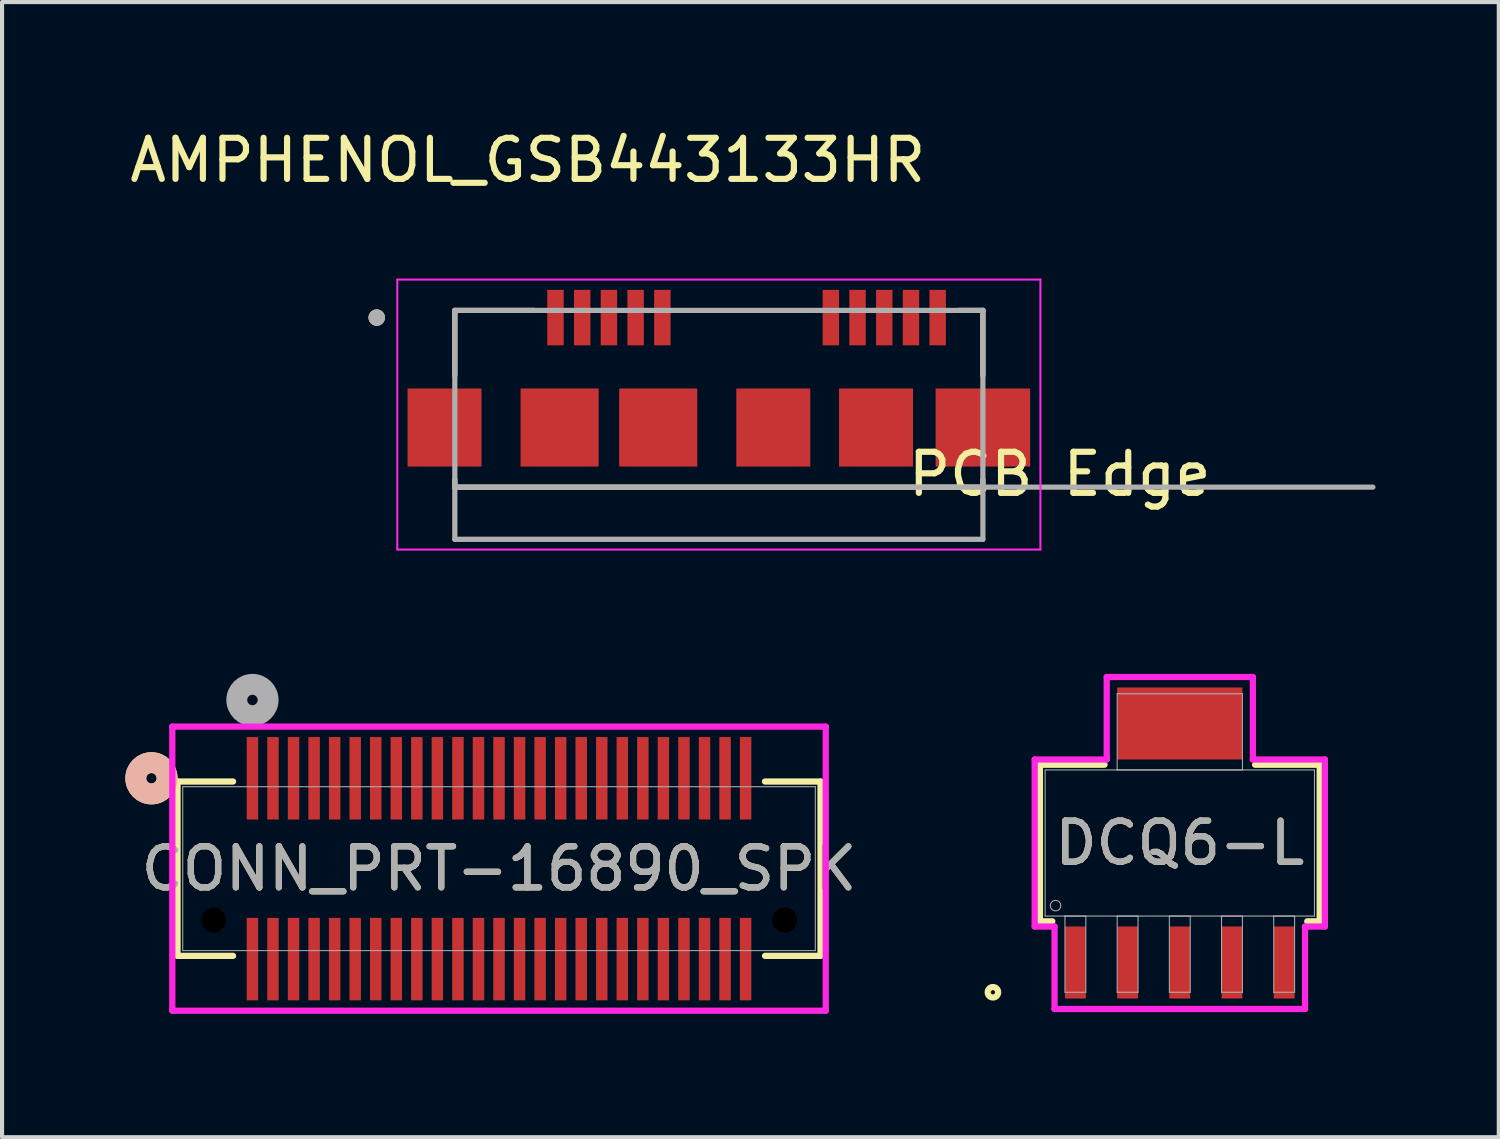
<source format=kicad_pcb>
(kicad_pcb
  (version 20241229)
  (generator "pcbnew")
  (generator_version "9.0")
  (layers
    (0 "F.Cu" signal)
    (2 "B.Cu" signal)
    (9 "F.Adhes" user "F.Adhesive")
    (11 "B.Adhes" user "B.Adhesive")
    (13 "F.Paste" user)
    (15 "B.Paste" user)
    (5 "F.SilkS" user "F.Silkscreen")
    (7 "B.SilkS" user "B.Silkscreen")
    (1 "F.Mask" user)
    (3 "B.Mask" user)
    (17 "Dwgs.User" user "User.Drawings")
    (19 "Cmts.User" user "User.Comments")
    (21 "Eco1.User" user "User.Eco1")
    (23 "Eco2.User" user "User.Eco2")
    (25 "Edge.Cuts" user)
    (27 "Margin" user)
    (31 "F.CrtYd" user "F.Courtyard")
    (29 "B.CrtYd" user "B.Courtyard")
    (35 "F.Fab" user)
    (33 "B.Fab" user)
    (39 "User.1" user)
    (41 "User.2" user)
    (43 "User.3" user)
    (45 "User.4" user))
  (footprint "DCQ6-L"
    (layer "F.Cu")
    (at 25.658 17.463)
    (property "Reference" "DCQ6-L" (at 0 0 0) (unlocked yes) (layer "F.SilkS") (effects (font (size 1 1) (thickness 0.15))))
    (attr smd)
    (fp_poly (pts (xy 1.524 -3.785) (xy -1.524 -3.785) (xy -1.524 -2.032) (xy 1.524 -2.032)) (stroke (width 0) (type solid)) (fill yes) (layer "F.Cu"))
    (fp_poly (pts (xy 1.524 -3.937) (xy -1.524 -3.937) (xy -1.524 -1.778) (xy 1.524 -1.778)) (stroke (width 0) (type solid)) (fill yes) (layer "F.Mask"))
    (fp_line (start -3.404 -1.905) (end -3.404 1.905) (stroke (width 0.152) (type solid)) (layer "F.SilkS"))
    (fp_line (start -3.404 1.905) (end -3.102 1.905) (stroke (width 0.152) (type solid)) (layer "F.SilkS"))
    (fp_line (start -1.832 -1.905) (end -3.404 -1.905) (stroke (width 0.152) (type solid)) (layer "F.SilkS"))
    (fp_line (start 3.102 1.905) (end 3.404 1.905) (stroke (width 0.152) (type solid)) (layer "F.SilkS"))
    (fp_line (start 3.404 -1.905) (end 1.832 -1.905) (stroke (width 0.152) (type solid)) (layer "F.SilkS"))
    (fp_line (start 3.404 1.905) (end 3.404 -1.905) (stroke (width 0.152) (type solid)) (layer "F.SilkS"))
    (fp_circle (center -4.547 3.632) (end -4.42 3.632) (stroke (width 0.152) (type solid)) (fill no) (layer "F.SilkS"))
    (fp_poly (pts (xy 1.524 -3.785) (xy -1.524 -3.785) (xy -1.524 -2.032) (xy 1.524 -2.032)) (stroke (width 0) (type solid)) (fill yes) (layer "F.Paste"))
    (fp_line (start -3.531 -2.032) (end -1.778 -2.032) (stroke (width 0.152) (type solid)) (layer "F.CrtYd"))
    (fp_line (start -3.531 2.032) (end -3.531 -2.032) (stroke (width 0.152) (type solid)) (layer "F.CrtYd"))
    (fp_line (start -3.048 2.032) (end -3.531 2.032) (stroke (width 0.152) (type solid)) (layer "F.CrtYd"))
    (fp_line (start -3.048 4.039) (end -3.048 2.032) (stroke (width 0.152) (type solid)) (layer "F.CrtYd"))
    (fp_line (start -1.778 -4.039) (end 1.778 -4.039) (stroke (width 0.152) (type solid)) (layer "F.CrtYd"))
    (fp_line (start -1.778 -2.032) (end -1.778 -4.039) (stroke (width 0.152) (type solid)) (layer "F.CrtYd"))
    (fp_line (start 1.778 -4.039) (end 1.778 -2.032) (stroke (width 0.152) (type solid)) (layer "F.CrtYd"))
    (fp_line (start 1.778 -2.032) (end 3.531 -2.032) (stroke (width 0.152) (type solid)) (layer "F.CrtYd"))
    (fp_line (start 3.048 2.032) (end 3.048 4.039) (stroke (width 0.152) (type solid)) (layer "F.CrtYd"))
    (fp_line (start 3.048 4.039) (end -3.048 4.039) (stroke (width 0.152) (type solid)) (layer "F.CrtYd"))
    (fp_line (start 3.531 -2.032) (end 3.531 2.032) (stroke (width 0.152) (type solid)) (layer "F.CrtYd"))
    (fp_line (start 3.531 2.032) (end 3.048 2.032) (stroke (width 0.152) (type solid)) (layer "F.CrtYd"))
    (fp_line (start -3.277 -1.778) (end -3.277 1.778) (stroke (width 0.025) (type solid)) (layer "F.Fab"))
    (fp_line (start -3.277 1.778) (end 3.277 1.778) (stroke (width 0.025) (type solid)) (layer "F.Fab"))
    (fp_line (start -2.794 1.778) (end -2.794 3.632) (stroke (width 0.025) (type solid)) (layer "F.Fab"))
    (fp_line (start -2.794 3.632) (end -2.286 3.632) (stroke (width 0.025) (type solid)) (layer "F.Fab"))
    (fp_line (start -2.286 1.778) (end -2.794 1.778) (stroke (width 0.025) (type solid)) (layer "F.Fab"))
    (fp_line (start -2.286 3.632) (end -2.286 1.778) (stroke (width 0.025) (type solid)) (layer "F.Fab"))
    (fp_line (start -1.524 -3.632) (end -1.524 -1.778) (stroke (width 0.025) (type solid)) (layer "F.Fab"))
    (fp_line (start -1.524 -1.778) (end 1.524 -1.778) (stroke (width 0.025) (type solid)) (layer "F.Fab"))
    (fp_line (start -1.524 1.778) (end -1.524 3.632) (stroke (width 0.025) (type solid)) (layer "F.Fab"))
    (fp_line (start -1.524 3.632) (end -1.016 3.632) (stroke (width 0.025) (type solid)) (layer "F.Fab"))
    (fp_line (start -1.016 1.778) (end -1.524 1.778) (stroke (width 0.025) (type solid)) (layer "F.Fab"))
    (fp_line (start -1.016 3.632) (end -1.016 1.778) (stroke (width 0.025) (type solid)) (layer "F.Fab"))
    (fp_line (start -0.254 1.778) (end -0.254 3.632) (stroke (width 0.025) (type solid)) (layer "F.Fab"))
    (fp_line (start -0.254 3.632) (end 0.254 3.632) (stroke (width 0.025) (type solid)) (layer "F.Fab"))
    (fp_line (start 0.254 1.778) (end -0.254 1.778) (stroke (width 0.025) (type solid)) (layer "F.Fab"))
    (fp_line (start 0.254 3.632) (end 0.254 1.778) (stroke (width 0.025) (type solid)) (layer "F.Fab"))
    (fp_line (start 1.016 1.778) (end 1.016 3.632) (stroke (width 0.025) (type solid)) (layer "F.Fab"))
    (fp_line (start 1.016 3.632) (end 1.524 3.632) (stroke (width 0.025) (type solid)) (layer "F.Fab"))
    (fp_line (start 1.524 -3.632) (end -1.524 -3.632) (stroke (width 0.025) (type solid)) (layer "F.Fab"))
    (fp_line (start 1.524 -1.778) (end 1.524 -3.632) (stroke (width 0.025) (type solid)) (layer "F.Fab"))
    (fp_line (start 1.524 1.778) (end 1.016 1.778) (stroke (width 0.025) (type solid)) (layer "F.Fab"))
    (fp_line (start 1.524 3.632) (end 1.524 1.778) (stroke (width 0.025) (type solid)) (layer "F.Fab"))
    (fp_line (start 2.286 1.778) (end 2.286 3.632) (stroke (width 0.025) (type solid)) (layer "F.Fab"))
    (fp_line (start 2.286 3.632) (end 2.794 3.632) (stroke (width 0.025) (type solid)) (layer "F.Fab"))
    (fp_line (start 2.794 1.778) (end 2.286 1.778) (stroke (width 0.025) (type solid)) (layer "F.Fab"))
    (fp_line (start 2.794 3.632) (end 2.794 1.778) (stroke (width 0.025) (type solid)) (layer "F.Fab"))
    (fp_line (start 3.277 -1.778) (end -3.277 -1.778) (stroke (width 0.025) (type solid)) (layer "F.Fab"))
    (fp_line (start 3.277 1.778) (end 3.277 -1.778) (stroke (width 0.025) (type solid)) (layer "F.Fab"))
    (fp_circle (center -3.023 1.524) (end -2.896 1.524) (stroke (width 0.025) (type solid)) (fill no) (layer "F.Fab"))
    (fp_text user "${REFERENCE}" (at 0 0 0) (unlocked yes) (layer "F.Fab") (effects (font (size 1 1) (thickness 0.15))))
    (pad "1" smd rect (at -2.54 2.908) (size 0.508 1.753) (layers "F.Cu" "F.Mask" "F.Paste"))
    (pad "2" smd rect (at -1.27 2.908) (size 0.508 1.753) (layers "F.Cu" "F.Mask" "F.Paste"))
    (pad "3" smd rect (at 0 2.908) (size 0.508 1.753) (layers "F.Cu" "F.Mask" "F.Paste"))
    (pad "4" smd rect (at 1.27 2.908) (size 0.508 1.753) (layers "F.Cu" "F.Mask" "F.Paste"))
    (pad "5" smd rect (at 2.54 2.908) (size 0.508 1.753) (layers "F.Cu" "F.Mask" "F.Paste")))
  (footprint "AMPHENOL_GSB443133HR"
    (layer "F.Cu")
    (at 15.117 4.678)
    (property "Reference" "AMPHENOL_GSB443133HR" (at -5.325 -3.83 0) (layer "F.SilkS") (effects (font (size 1 1) (thickness 0.15))))
    (attr smd)
    (fp_line (start -7.1 -0.175) (end -5.17 -0.175) (stroke (width 0.127) (type solid)) (layer "F.SilkS"))
    (fp_line (start -7.1 1.405) (end -7.1 -0.175) (stroke (width 0.127) (type solid)) (layer "F.SilkS"))
    (fp_line (start -7.1 4.125) (end -7.1 3.945) (stroke (width 0.127) (type solid)) (layer "F.SilkS"))
    (fp_line (start -7.1 4.125) (end 5.75 4.125) (stroke (width 0.127) (type solid)) (layer "F.SilkS"))
    (fp_line (start 5.17 -0.175) (end 5.75 -0.175) (stroke (width 0.127) (type solid)) (layer "F.SilkS"))
    (fp_line (start 5.75 -0.175) (end 5.75 1.405) (stroke (width 0.127) (type solid)) (layer "F.SilkS"))
    (fp_line (start 5.75 4.125) (end 5.75 3.945) (stroke (width 0.127) (type solid)) (layer "F.SilkS"))
    (fp_circle (center -9 0) (end -8.9 0) (stroke (width 0.2) (type solid)) (fill no) (layer "F.SilkS"))
    (fp_line (start -8.5 -0.925) (end -8.5 5.645) (stroke (width 0.05) (type solid)) (layer "F.CrtYd"))
    (fp_line (start -8.5 5.645) (end 7.15 5.645) (stroke (width 0.05) (type solid)) (layer "F.CrtYd"))
    (fp_line (start 7.15 -0.925) (end -8.5 -0.925) (stroke (width 0.05) (type solid)) (layer "F.CrtYd"))
    (fp_line (start 7.15 5.645) (end 7.15 -0.925) (stroke (width 0.05) (type solid)) (layer "F.CrtYd"))
    (fp_line (start -7.1 -0.175) (end 5.75 -0.175) (stroke (width 0.127) (type solid)) (layer "F.Fab"))
    (fp_line (start -7.1 4.125) (end -7.1 -0.175) (stroke (width 0.127) (type solid)) (layer "F.Fab"))
    (fp_line (start -7.1 4.125) (end 15.24 4.125) (stroke (width 0.127) (type solid)) (layer "F.Fab"))
    (fp_line (start -7.1 5.395) (end -7.1 4.125) (stroke (width 0.127) (type solid)) (layer "F.Fab"))
    (fp_line (start 5.75 -0.175) (end 5.75 5.395) (stroke (width 0.127) (type solid)) (layer "F.Fab"))
    (fp_line (start 5.75 5.395) (end -7.1 5.395) (stroke (width 0.127) (type solid)) (layer "F.Fab"))
    (fp_circle (center -9 0) (end -8.9 0) (stroke (width 0.2) (type solid)) (fill no) (layer "F.Fab"))
    (fp_text user "PCB Edge" (at 7.62 3.81 0) (layer "F.SilkS") (effects (font (size 1 1) (thickness 0.15))))
    (pad "1" smd rect (at -4.65 0) (size 0.4 1.35) (layers "F.Cu" "F.Mask" "F.Paste"))
    (pad "2" smd rect (at -4 0) (size 0.4 1.35) (layers "F.Cu" "F.Mask" "F.Paste"))
    (pad "3" smd rect (at -3.35 0) (size 0.4 1.35) (layers "F.Cu" "F.Mask" "F.Paste"))
    (pad "4" smd rect (at -2.7 0) (size 0.4 1.35) (layers "F.Cu" "F.Mask" "F.Paste"))
    (pad "5" smd rect (at -2.05 0) (size 0.4 1.35) (layers "F.Cu" "F.Mask" "F.Paste"))
    (pad "6" smd rect (at 2.05 0) (size 0.4 1.35) (layers "F.Cu" "F.Mask" "F.Paste"))
    (pad "7" smd rect (at 2.7 0) (size 0.4 1.35) (layers "F.Cu" "F.Mask" "F.Paste"))
    (pad "8" smd rect (at 3.35 0) (size 0.4 1.35) (layers "F.Cu" "F.Mask" "F.Paste"))
    (pad "9" smd rect (at 4 0) (size 0.4 1.35) (layers "F.Cu" "F.Mask" "F.Paste"))
    (pad "10" smd rect (at 4.65 0) (size 0.4 1.35) (layers "F.Cu" "F.Mask" "F.Paste"))
    (pad "S1" smd rect (at -7.35 2.675) (size 1.8 1.9) (layers "F.Cu" "F.Mask" "F.Paste"))
    (pad "S2" smd rect (at -4.55 2.675) (size 1.9 1.9) (layers "F.Cu" "F.Mask" "F.Paste"))
    (pad "S3" smd rect (at -2.15 2.675) (size 1.9 1.9) (layers "F.Cu" "F.Mask" "F.Paste"))
    (pad "S4" smd rect (at 0.65 2.675) (size 1.8 1.9) (layers "F.Cu" "F.Mask" "F.Paste"))
    (pad "S5" smd rect (at 3.15 2.675) (size 1.8 1.9) (layers "F.Cu" "F.Mask" "F.Paste"))
    (pad "S6" smd rect (at 5.75 2.675) (size 2.3 1.9) (layers "F.Cu" "F.Mask" "F.Paste")))
  (footprint "CONN_PRT-16890_SPK"
    (layer "F.Cu")
    (at 9.093 18.088)
    (property "Reference" "CONN_PRT-16890_SPK" (at 0 0 0) (unlocked yes) (layer "F.SilkS") (effects (font (size 1 1) (thickness 0.15))))
    (attr smd)
    (fp_line (start -7.823 -2.121) (end -7.823 2.121) (stroke (width 0.152) (type solid)) (layer "F.SilkS"))
    (fp_line (start -7.823 2.121) (end -6.472 2.121) (stroke (width 0.152) (type solid)) (layer "F.SilkS"))
    (fp_line (start -6.472 -2.121) (end -7.823 -2.121) (stroke (width 0.152) (type solid)) (layer "F.SilkS"))
    (fp_line (start 6.472 2.121) (end 7.823 2.121) (stroke (width 0.152) (type solid)) (layer "F.SilkS"))
    (fp_line (start 7.823 -2.121) (end 6.472 -2.121) (stroke (width 0.152) (type solid)) (layer "F.SilkS"))
    (fp_line (start 7.823 2.121) (end 7.823 -2.121) (stroke (width 0.152) (type solid)) (layer "F.SilkS"))
    (fp_circle (center -8.458 -2.2) (end -8.077 -2.2) (stroke (width 0.508) (type solid)) (fill no) (layer "F.SilkS"))
    (fp_circle (center -8.458 -2.2) (end -8.077 -2.2) (stroke (width 0.508) (type solid)) (fill no) (layer "B.SilkS"))
    (fp_line (start -7.95 -3.457) (end -7.95 3.457) (stroke (width 0.152) (type solid)) (layer "F.CrtYd"))
    (fp_line (start -7.95 3.457) (end 7.95 3.457) (stroke (width 0.152) (type solid)) (layer "F.CrtYd"))
    (fp_line (start 7.95 -3.457) (end -7.95 -3.457) (stroke (width 0.152) (type solid)) (layer "F.CrtYd"))
    (fp_line (start 7.95 3.457) (end 7.95 -3.457) (stroke (width 0.152) (type solid)) (layer "F.CrtYd"))
    (fp_line (start -7.696 -1.994) (end -7.696 1.994) (stroke (width 0.025) (type solid)) (layer "F.Fab"))
    (fp_line (start -7.696 1.994) (end 7.696 1.994) (stroke (width 0.025) (type solid)) (layer "F.Fab"))
    (fp_line (start 7.696 -1.994) (end -7.696 -1.994) (stroke (width 0.025) (type solid)) (layer "F.Fab"))
    (fp_line (start 7.696 1.994) (end 7.696 -1.994) (stroke (width 0.025) (type solid)) (layer "F.Fab"))
    (fp_circle (center -6 -4.105) (end -5.619 -4.105) (stroke (width 0.508) (type solid)) (fill no) (layer "F.Fab"))
    (fp_text user "${REFERENCE}" (at 0 0 0) (unlocked yes) (layer "F.Fab") (effects (font (size 1 1) (thickness 0.15))))
    (pad "" np_thru_hole circle (at -6.95 1.25) (size 0.61 0.61) (drill 0.61) (layers))
    (pad "" np_thru_hole circle (at 6.95 1.25) (size 0.61 0.61) (drill 0.61) (layers))
    (pad "1" smd rect (at -6 -2.2) (size 0.279 2.007) (layers "F.Cu" "F.Mask" "F.Paste"))
    (pad "2" smd rect (at -6 2.2) (size 0.279 2.007) (layers "F.Cu" "F.Mask" "F.Paste"))
    (pad "3" smd rect (at -5.5 -2.2) (size 0.279 2.007) (layers "F.Cu" "F.Mask" "F.Paste"))
    (pad "4" smd rect (at -5.5 2.2) (size 0.279 2.007) (layers "F.Cu" "F.Mask" "F.Paste"))
    (pad "5" smd rect (at -5 -2.2) (size 0.279 2.007) (layers "F.Cu" "F.Mask" "F.Paste"))
    (pad "6" smd rect (at -5 2.2) (size 0.279 2.007) (layers "F.Cu" "F.Mask" "F.Paste"))
    (pad "7" smd rect (at -4.5 -2.2) (size 0.279 2.007) (layers "F.Cu" "F.Mask" "F.Paste"))
    (pad "8" smd rect (at -4.5 2.2) (size 0.279 2.007) (layers "F.Cu" "F.Mask" "F.Paste"))
    (pad "9" smd rect (at -4 -2.2) (size 0.279 2.007) (layers "F.Cu" "F.Mask" "F.Paste"))
    (pad "10" smd rect (at -4 2.2) (size 0.279 2.007) (layers "F.Cu" "F.Mask" "F.Paste"))
    (pad "11" smd rect (at -3.5 -2.2) (size 0.279 2.007) (layers "F.Cu" "F.Mask" "F.Paste"))
    (pad "12" smd rect (at -3.5 2.2) (size 0.279 2.007) (layers "F.Cu" "F.Mask" "F.Paste"))
    (pad "13" smd rect (at -3 -2.2) (size 0.279 2.007) (layers "F.Cu" "F.Mask" "F.Paste"))
    (pad "14" smd rect (at -3 2.2) (size 0.279 2.007) (layers "F.Cu" "F.Mask" "F.Paste"))
    (pad "15" smd rect (at -2.5 -2.2) (size 0.279 2.007) (layers "F.Cu" "F.Mask" "F.Paste"))
    (pad "16" smd rect (at -2.5 2.2) (size 0.279 2.007) (layers "F.Cu" "F.Mask" "F.Paste"))
    (pad "17" smd rect (at -2 -2.2) (size 0.279 2.007) (layers "F.Cu" "F.Mask" "F.Paste"))
    (pad "18" smd rect (at -2 2.2) (size 0.279 2.007) (layers "F.Cu" "F.Mask" "F.Paste"))
    (pad "19" smd rect (at -1.5 -2.2) (size 0.279 2.007) (layers "F.Cu" "F.Mask" "F.Paste"))
    (pad "20" smd rect (at -1.5 2.2) (size 0.279 2.007) (layers "F.Cu" "F.Mask" "F.Paste"))
    (pad "21" smd rect (at -1 -2.2) (size 0.279 2.007) (layers "F.Cu" "F.Mask" "F.Paste"))
    (pad "22" smd rect (at -1 2.2) (size 0.279 2.007) (layers "F.Cu" "F.Mask" "F.Paste"))
    (pad "23" smd rect (at -0.5 -2.2) (size 0.279 2.007) (layers "F.Cu" "F.Mask" "F.Paste"))
    (pad "24" smd rect (at -0.5 2.2) (size 0.279 2.007) (layers "F.Cu" "F.Mask" "F.Paste"))
    (pad "25" smd rect (at 0 -2.2) (size 0.279 2.007) (layers "F.Cu" "F.Mask" "F.Paste"))
    (pad "26" smd rect (at 0 2.2) (size 0.279 2.007) (layers "F.Cu" "F.Mask" "F.Paste"))
    (pad "27" smd rect (at 0.5 -2.2) (size 0.279 2.007) (layers "F.Cu" "F.Mask" "F.Paste"))
    (pad "28" smd rect (at 0.5 2.2) (size 0.279 2.007) (layers "F.Cu" "F.Mask" "F.Paste"))
    (pad "29" smd rect (at 1 -2.2) (size 0.279 2.007) (layers "F.Cu" "F.Mask" "F.Paste"))
    (pad "30" smd rect (at 1 2.2) (size 0.279 2.007) (layers "F.Cu" "F.Mask" "F.Paste"))
    (pad "31" smd rect (at 1.5 -2.2) (size 0.279 2.007) (layers "F.Cu" "F.Mask" "F.Paste"))
    (pad "32" smd rect (at 1.5 2.2) (size 0.279 2.007) (layers "F.Cu" "F.Mask" "F.Paste"))
    (pad "33" smd rect (at 2 -2.2) (size 0.279 2.007) (layers "F.Cu" "F.Mask" "F.Paste"))
    (pad "34" smd rect (at 2 2.2) (size 0.279 2.007) (layers "F.Cu" "F.Mask" "F.Paste"))
    (pad "35" smd rect (at 2.5 -2.2) (size 0.279 2.007) (layers "F.Cu" "F.Mask" "F.Paste"))
    (pad "36" smd rect (at 2.5 2.2) (size 0.279 2.007) (layers "F.Cu" "F.Mask" "F.Paste"))
    (pad "37" smd rect (at 3 -2.2) (size 0.279 2.007) (layers "F.Cu" "F.Mask" "F.Paste"))
    (pad "38" smd rect (at 3 2.2) (size 0.279 2.007) (layers "F.Cu" "F.Mask" "F.Paste"))
    (pad "39" smd rect (at 3.5 -2.2) (size 0.279 2.007) (layers "F.Cu" "F.Mask" "F.Paste"))
    (pad "40" smd rect (at 3.5 2.2) (size 0.279 2.007) (layers "F.Cu" "F.Mask" "F.Paste"))
    (pad "41" smd rect (at 4 -2.2) (size 0.279 2.007) (layers "F.Cu" "F.Mask" "F.Paste"))
    (pad "42" smd rect (at 4 2.2) (size 0.279 2.007) (layers "F.Cu" "F.Mask" "F.Paste"))
    (pad "43" smd rect (at 4.5 -2.2) (size 0.279 2.007) (layers "F.Cu" "F.Mask" "F.Paste"))
    (pad "44" smd rect (at 4.5 2.2) (size 0.279 2.007) (layers "F.Cu" "F.Mask" "F.Paste"))
    (pad "45" smd rect (at 5 -2.2) (size 0.279 2.007) (layers "F.Cu" "F.Mask" "F.Paste"))
    (pad "46" smd rect (at 5 2.2) (size 0.279 2.007) (layers "F.Cu" "F.Mask" "F.Paste"))
    (pad "47" smd rect (at 5.5 -2.2) (size 0.279 2.007) (layers "F.Cu" "F.Mask" "F.Paste"))
    (pad "48" smd rect (at 5.5 2.2) (size 0.279 2.007) (layers "F.Cu" "F.Mask" "F.Paste"))
    (pad "49" smd rect (at 6 -2.2) (size 0.279 2.007) (layers "F.Cu" "F.Mask" "F.Paste"))
    (pad "50" smd rect (at 6 2.2) (size 0.279 2.007) (layers "F.Cu" "F.Mask" "F.Paste")))
  (gr_rect
    (start -3 -3)
    (end 33.42 24.622)
    (stroke (width 0.1) (type default))
    (fill no)
    (layer "Edge.Cuts")))
</source>
